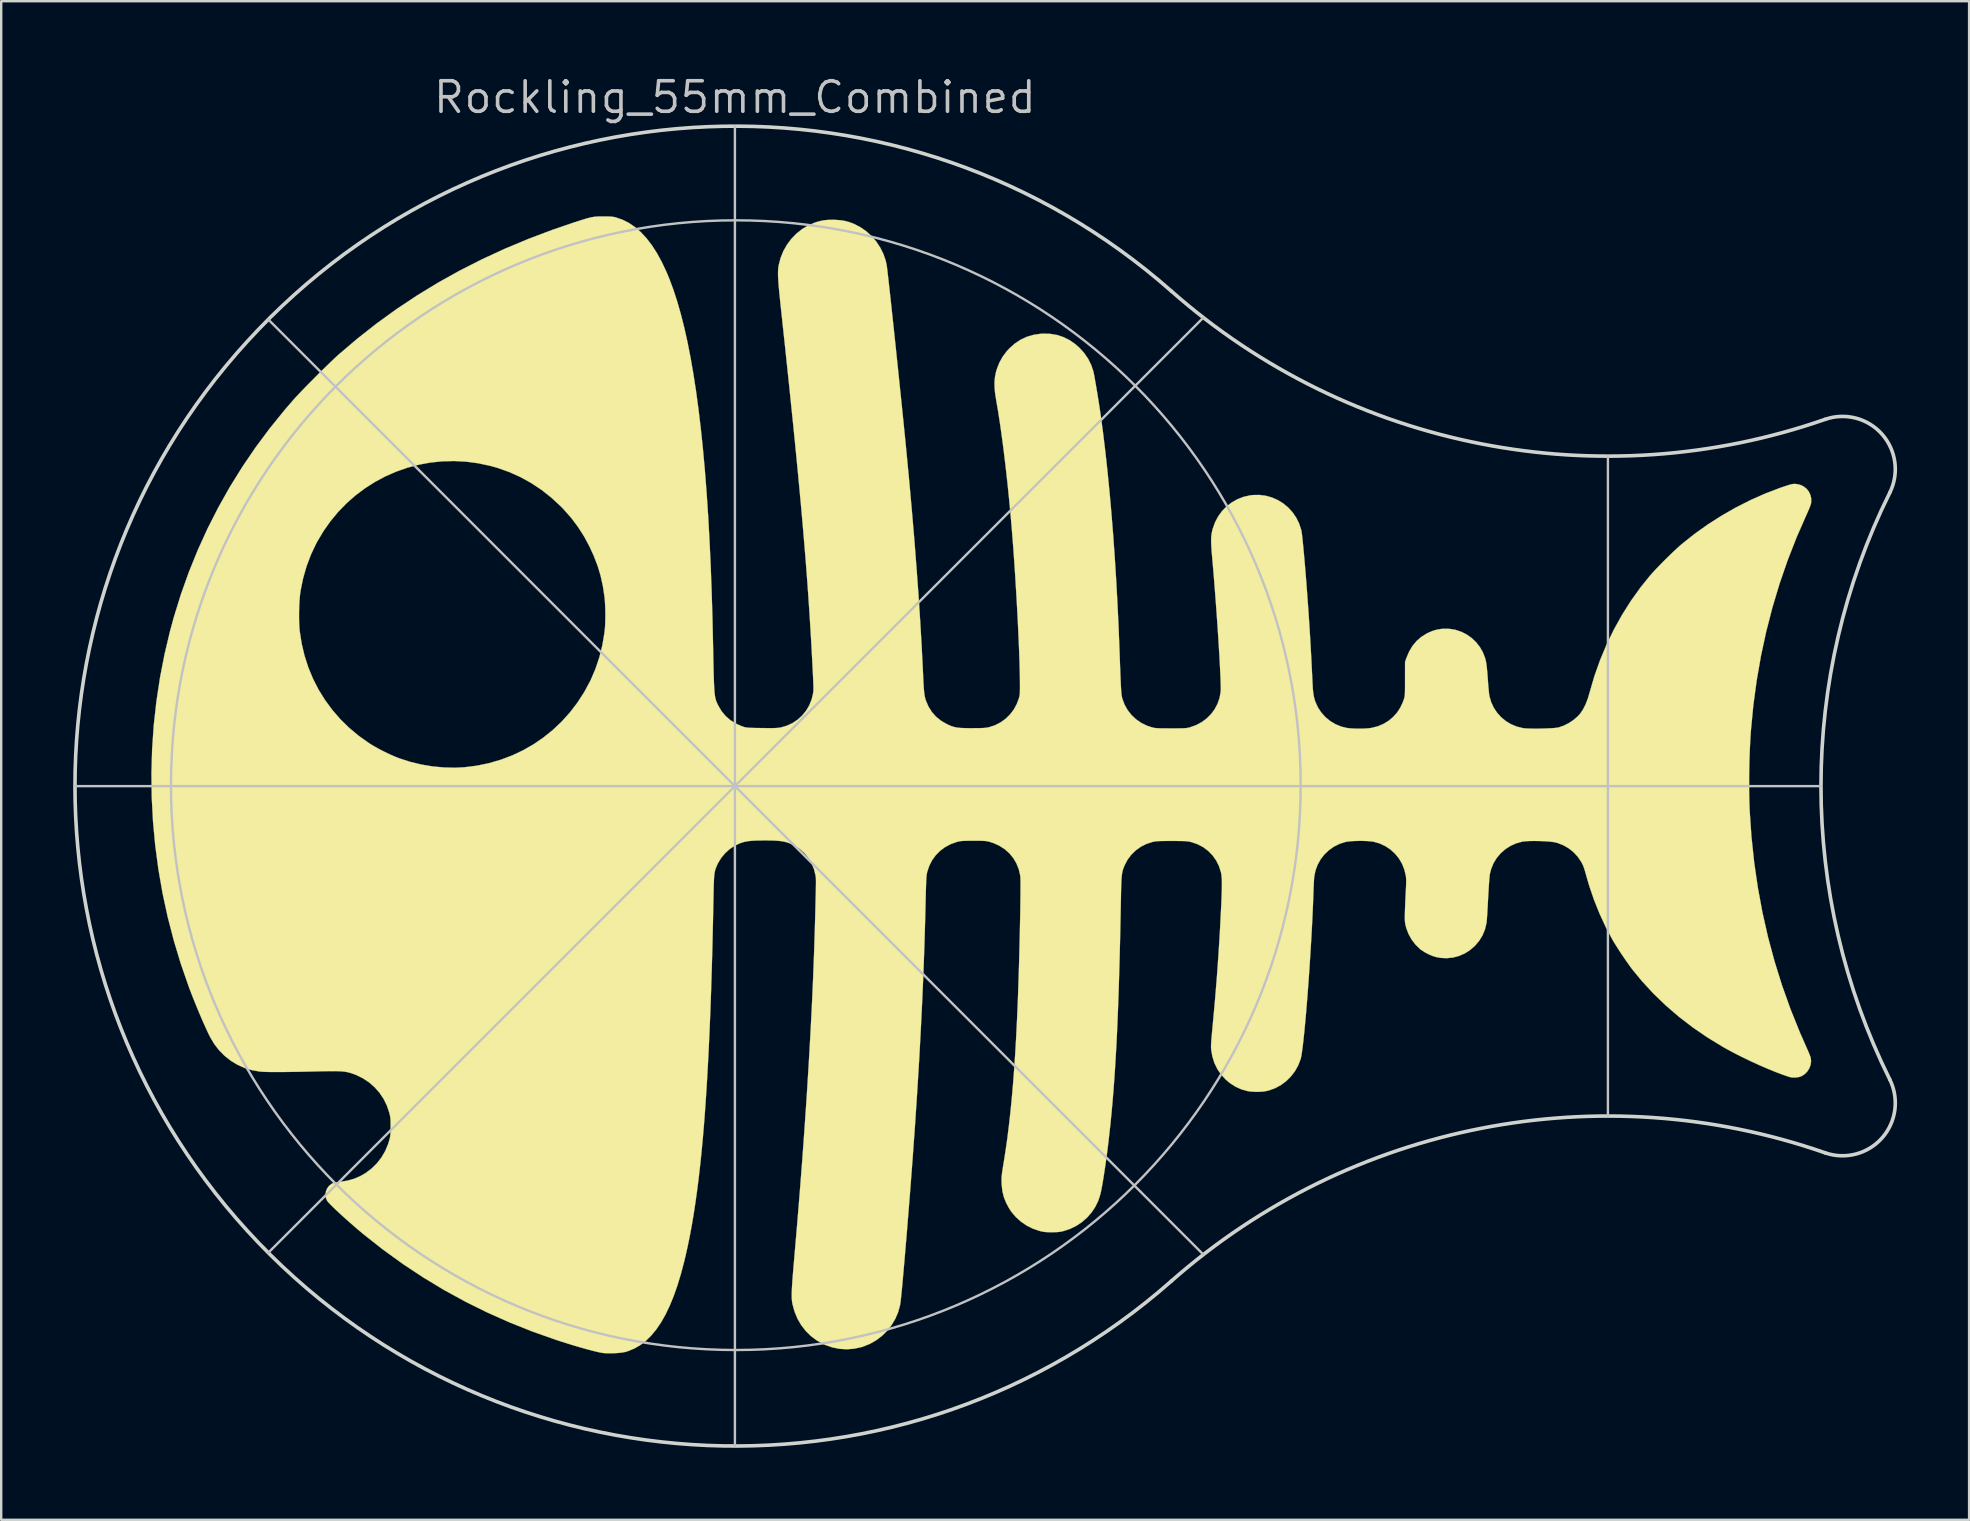
<source format=kicad_pcb>
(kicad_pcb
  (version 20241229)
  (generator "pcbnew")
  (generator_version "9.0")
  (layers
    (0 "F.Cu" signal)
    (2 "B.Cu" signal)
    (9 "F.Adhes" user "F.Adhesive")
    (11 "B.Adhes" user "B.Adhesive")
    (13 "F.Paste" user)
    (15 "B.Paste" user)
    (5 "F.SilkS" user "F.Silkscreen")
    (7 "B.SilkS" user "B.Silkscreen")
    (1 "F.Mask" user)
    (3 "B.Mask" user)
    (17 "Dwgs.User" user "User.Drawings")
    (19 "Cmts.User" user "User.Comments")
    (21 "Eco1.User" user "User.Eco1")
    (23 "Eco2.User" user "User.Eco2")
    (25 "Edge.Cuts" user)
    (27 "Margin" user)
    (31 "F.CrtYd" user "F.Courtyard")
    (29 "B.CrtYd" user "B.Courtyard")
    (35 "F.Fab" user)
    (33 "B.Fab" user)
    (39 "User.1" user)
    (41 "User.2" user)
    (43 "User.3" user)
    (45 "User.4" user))
  (footprint "Rockling_55mm_Combined"
    (layer "F.Cu")
    (at 27.573 29.706)
    (property "Reference" "Rockling_55mm_Combined" (at 0 -28.7 0) (layer "Dwgs.User") (effects (font (size 1.27 1.27) (thickness 0.15))))
    (attr through_hole)
    (fp_poly (pts (xy -5.335 -23.736) (xy -5.219 -23.733) (xy -5.128 -23.727) (xy -5.052 -23.717) (xy -4.984 -23.702) (xy -4.966 -23.698) (xy -4.687 -23.602) (xy -4.42 -23.468) (xy -4.164 -23.295) (xy -3.92 -23.084) (xy -3.686 -22.833) (xy -3.462 -22.542) (xy -3.249 -22.212) (xy -3.046 -21.84) (xy -2.852 -21.429) (xy -2.732 -21.141) (xy -2.565 -20.693) (xy -2.406 -20.205) (xy -2.255 -19.679) (xy -2.111 -19.114) (xy -1.976 -18.509) (xy -1.849 -17.865) (xy -1.73 -17.181) (xy -1.618 -16.458) (xy -1.515 -15.694) (xy -1.419 -14.891) (xy -1.331 -14.047) (xy -1.251 -13.163) (xy -1.179 -12.238) (xy -1.114 -11.272) (xy -1.058 -10.266) (xy -1.009 -9.218) (xy -0.968 -8.13) (xy -0.934 -7) (xy -0.913 -6.053) (xy -0.905 -5.688) (xy -0.899 -5.363) (xy -0.893 -5.074) (xy -0.887 -4.821) (xy -0.881 -4.598) (xy -0.875 -4.405) (xy -0.868 -4.238) (xy -0.861 -4.095) (xy -0.853 -3.973) (xy -0.844 -3.869) (xy -0.833 -3.781) (xy -0.821 -3.706) (xy -0.807 -3.641) (xy -0.791 -3.584) (xy -0.773 -3.532) (xy -0.753 -3.482) (xy -0.73 -3.432) (xy -0.704 -3.379) (xy -0.692 -3.354) (xy -0.555 -3.123) (xy -0.387 -2.92) (xy -0.189 -2.747) (xy 0.038 -2.604) (xy 0.293 -2.492) (xy 0.346 -2.473) (xy 0.392 -2.459) (xy 0.436 -2.448) (xy 0.484 -2.44) (xy 0.543 -2.433) (xy 0.617 -2.428) (xy 0.713 -2.424) (xy 0.836 -2.421) (xy 0.992 -2.419) (xy 1.124 -2.417) (xy 1.316 -2.415) (xy 1.471 -2.414) (xy 1.596 -2.415) (xy 1.695 -2.418) (xy 1.775 -2.423) (xy 1.841 -2.43) (xy 1.899 -2.439) (xy 1.917 -2.442) (xy 2.17 -2.516) (xy 2.404 -2.625) (xy 2.618 -2.768) (xy 2.807 -2.941) (xy 2.969 -3.14) (xy 3.1 -3.363) (xy 3.198 -3.606) (xy 3.257 -3.851) (xy 3.263 -3.888) (xy 3.268 -3.926) (xy 3.271 -3.968) (xy 3.273 -4.016) (xy 3.274 -4.075) (xy 3.274 -4.148) (xy 3.271 -4.238) (xy 3.267 -4.348) (xy 3.261 -4.483) (xy 3.254 -4.645) (xy 3.244 -4.838) (xy 3.232 -5.066) (xy 3.218 -5.331) (xy 3.213 -5.428) (xy 3.187 -5.919) (xy 3.158 -6.41) (xy 3.128 -6.903) (xy 3.096 -7.4) (xy 3.062 -7.903) (xy 3.026 -8.413) (xy 2.987 -8.933) (xy 2.946 -9.465) (xy 2.901 -10.01) (xy 2.854 -10.572) (xy 2.804 -11.15) (xy 2.75 -11.748) (xy 2.693 -12.368) (xy 2.632 -13.011) (xy 2.567 -13.68) (xy 2.499 -14.376) (xy 2.426 -15.101) (xy 2.348 -15.857) (xy 2.267 -16.647) (xy 2.18 -17.472) (xy 2.089 -18.334) (xy 1.992 -19.235) (xy 1.944 -19.684) (xy 1.91 -20) (xy 1.881 -20.277) (xy 1.857 -20.518) (xy 1.837 -20.728) (xy 1.821 -20.909) (xy 1.81 -21.064) (xy 1.802 -21.197) (xy 1.799 -21.312) (xy 1.799 -21.41) (xy 1.802 -21.497) (xy 1.808 -21.575) (xy 1.817 -21.647) (xy 1.828 -21.711) (xy 1.905 -22.007) (xy 2.019 -22.289) (xy 2.166 -22.551) (xy 2.344 -22.792) (xy 2.551 -23.008) (xy 2.782 -23.195) (xy 3.036 -23.351) (xy 3.309 -23.471) (xy 3.394 -23.5) (xy 3.568 -23.548) (xy 3.733 -23.579) (xy 3.906 -23.594) (xy 4.1 -23.597) (xy 4.182 -23.594) (xy 4.388 -23.58) (xy 4.568 -23.553) (xy 4.737 -23.51) (xy 4.912 -23.447) (xy 4.975 -23.421) (xy 5.236 -23.285) (xy 5.479 -23.115) (xy 5.699 -22.915) (xy 5.893 -22.689) (xy 6.057 -22.441) (xy 6.189 -22.176) (xy 6.285 -21.898) (xy 6.324 -21.722) (xy 6.332 -21.671) (xy 6.343 -21.581) (xy 6.359 -21.454) (xy 6.377 -21.292) (xy 6.399 -21.098) (xy 6.424 -20.875) (xy 6.452 -20.625) (xy 6.482 -20.35) (xy 6.514 -20.054) (xy 6.548 -19.738) (xy 6.584 -19.405) (xy 6.621 -19.058) (xy 6.659 -18.699) (xy 6.698 -18.331) (xy 6.737 -17.956) (xy 6.777 -17.576) (xy 6.817 -17.196) (xy 6.856 -16.815) (xy 6.895 -16.439) (xy 6.934 -16.068) (xy 6.971 -15.705) (xy 7.007 -15.354) (xy 7.041 -15.016) (xy 7.073 -14.694) (xy 7.104 -14.39) (xy 7.132 -14.108) (xy 7.15 -13.916) (xy 7.27 -12.659) (xy 7.379 -11.441) (xy 7.479 -10.26) (xy 7.568 -9.114) (xy 7.649 -8.001) (xy 7.72 -6.918) (xy 7.782 -5.864) (xy 7.834 -4.837) (xy 7.85 -4.497) (xy 7.86 -4.29) (xy 7.87 -4.12) (xy 7.881 -3.98) (xy 7.893 -3.865) (xy 7.908 -3.768) (xy 7.925 -3.684) (xy 7.946 -3.608) (xy 7.965 -3.552) (xy 8.072 -3.304) (xy 8.212 -3.084) (xy 8.384 -2.89) (xy 8.588 -2.724) (xy 8.825 -2.586) (xy 8.834 -2.582) (xy 8.936 -2.534) (xy 9.028 -2.496) (xy 9.117 -2.467) (xy 9.21 -2.445) (xy 9.313 -2.43) (xy 9.433 -2.42) (xy 9.578 -2.415) (xy 9.754 -2.412) (xy 9.886 -2.412) (xy 10.059 -2.413) (xy 10.196 -2.414) (xy 10.305 -2.417) (xy 10.392 -2.422) (xy 10.463 -2.429) (xy 10.526 -2.439) (xy 10.587 -2.452) (xy 10.598 -2.454) (xy 10.843 -2.535) (xy 11.072 -2.652) (xy 11.281 -2.802) (xy 11.465 -2.982) (xy 11.622 -3.188) (xy 11.747 -3.417) (xy 11.834 -3.651) (xy 11.849 -3.707) (xy 11.861 -3.758) (xy 11.869 -3.813) (xy 11.875 -3.877) (xy 11.878 -3.957) (xy 11.88 -4.06) (xy 11.88 -4.193) (xy 11.879 -4.338) (xy 11.876 -4.611) (xy 11.869 -4.921) (xy 11.858 -5.266) (xy 11.845 -5.64) (xy 11.829 -6.039) (xy 11.81 -6.459) (xy 11.789 -6.896) (xy 11.765 -7.345) (xy 11.74 -7.803) (xy 11.712 -8.266) (xy 11.684 -8.728) (xy 11.654 -9.186) (xy 11.623 -9.635) (xy 11.591 -10.071) (xy 11.558 -10.491) (xy 11.532 -10.815) (xy 11.481 -11.399) (xy 11.425 -11.98) (xy 11.367 -12.554) (xy 11.305 -13.116) (xy 11.241 -13.663) (xy 11.175 -14.189) (xy 11.108 -14.691) (xy 11.039 -15.165) (xy 10.971 -15.606) (xy 10.902 -16.01) (xy 10.887 -16.098) (xy 10.844 -16.374) (xy 10.822 -16.62) (xy 10.82 -16.844) (xy 10.84 -17.052) (xy 10.881 -17.253) (xy 10.912 -17.363) (xy 11.022 -17.645) (xy 11.166 -17.902) (xy 11.345 -18.138) (xy 11.447 -18.246) (xy 11.671 -18.444) (xy 11.911 -18.602) (xy 12.168 -18.721) (xy 12.443 -18.803) (xy 12.736 -18.846) (xy 12.845 -18.853) (xy 13.143 -18.844) (xy 13.425 -18.796) (xy 13.694 -18.708) (xy 13.949 -18.581) (xy 14.19 -18.413) (xy 14.354 -18.268) (xy 14.554 -18.048) (xy 14.719 -17.808) (xy 14.848 -17.551) (xy 14.938 -17.282) (xy 14.938 -17.282) (xy 14.954 -17.212) (xy 14.975 -17.106) (xy 15 -16.969) (xy 15.028 -16.808) (xy 15.059 -16.628) (xy 15.092 -16.434) (xy 15.125 -16.232) (xy 15.157 -16.029) (xy 15.189 -15.829) (xy 15.217 -15.639) (xy 15.243 -15.464) (xy 15.246 -15.44) (xy 15.346 -14.698) (xy 15.44 -13.918) (xy 15.529 -13.101) (xy 15.613 -12.251) (xy 15.691 -11.372) (xy 15.764 -10.465) (xy 15.83 -9.535) (xy 15.89 -8.584) (xy 15.943 -7.615) (xy 15.99 -6.632) (xy 16.029 -5.636) (xy 16.031 -5.587) (xy 16.042 -5.271) (xy 16.052 -4.994) (xy 16.061 -4.754) (xy 16.069 -4.547) (xy 16.077 -4.37) (xy 16.084 -4.221) (xy 16.09 -4.096) (xy 16.097 -3.993) (xy 16.103 -3.908) (xy 16.11 -3.839) (xy 16.117 -3.782) (xy 16.125 -3.735) (xy 16.133 -3.694) (xy 16.143 -3.657) (xy 16.147 -3.64) (xy 16.239 -3.393) (xy 16.367 -3.166) (xy 16.527 -2.961) (xy 16.717 -2.783) (xy 16.933 -2.633) (xy 17.171 -2.516) (xy 17.364 -2.451) (xy 17.416 -2.437) (xy 17.465 -2.427) (xy 17.518 -2.418) (xy 17.58 -2.412) (xy 17.657 -2.408) (xy 17.756 -2.406) (xy 17.881 -2.404) (xy 18.039 -2.404) (xy 18.169 -2.403) (xy 18.352 -2.404) (xy 18.499 -2.404) (xy 18.614 -2.406) (xy 18.705 -2.409) (xy 18.777 -2.413) (xy 18.835 -2.42) (xy 18.886 -2.429) (xy 18.935 -2.44) (xy 18.973 -2.45) (xy 19.225 -2.541) (xy 19.457 -2.665) (xy 19.664 -2.82) (xy 19.845 -3.001) (xy 19.996 -3.205) (xy 20.114 -3.43) (xy 20.198 -3.671) (xy 20.243 -3.925) (xy 20.246 -3.957) (xy 20.249 -4.035) (xy 20.248 -4.151) (xy 20.244 -4.305) (xy 20.238 -4.491) (xy 20.228 -4.708) (xy 20.216 -4.952) (xy 20.202 -5.22) (xy 20.186 -5.51) (xy 20.167 -5.819) (xy 20.147 -6.143) (xy 20.125 -6.48) (xy 20.101 -6.826) (xy 20.077 -7.179) (xy 20.051 -7.536) (xy 20.024 -7.894) (xy 19.997 -8.249) (xy 19.969 -8.6) (xy 19.941 -8.942) (xy 19.913 -9.273) (xy 19.894 -9.492) (xy 19.874 -9.719) (xy 19.86 -9.909) (xy 19.85 -10.069) (xy 19.846 -10.203) (xy 19.847 -10.318) (xy 19.854 -10.42) (xy 19.866 -10.513) (xy 19.884 -10.604) (xy 19.907 -10.698) (xy 19.915 -10.727) (xy 20.01 -10.992) (xy 20.14 -11.237) (xy 20.301 -11.458) (xy 20.49 -11.652) (xy 20.704 -11.818) (xy 20.94 -11.951) (xy 21.194 -12.05) (xy 21.464 -12.112) (xy 21.581 -12.127) (xy 21.857 -12.131) (xy 22.125 -12.097) (xy 22.383 -12.024) (xy 22.626 -11.917) (xy 22.851 -11.778) (xy 23.056 -11.609) (xy 23.236 -11.412) (xy 23.389 -11.191) (xy 23.511 -10.946) (xy 23.598 -10.682) (xy 23.607 -10.643) (xy 23.619 -10.579) (xy 23.633 -10.476) (xy 23.649 -10.337) (xy 23.667 -10.166) (xy 23.686 -9.966) (xy 23.707 -9.739) (xy 23.73 -9.49) (xy 23.753 -9.221) (xy 23.777 -8.935) (xy 23.801 -8.637) (xy 23.825 -8.328) (xy 23.849 -8.013) (xy 23.872 -7.694) (xy 23.895 -7.376) (xy 23.917 -7.06) (xy 23.937 -6.75) (xy 23.946 -6.603) (xy 23.971 -6.208) (xy 23.994 -5.806) (xy 24.017 -5.39) (xy 24.039 -4.952) (xy 24.062 -4.484) (xy 24.075 -4.222) (xy 24.087 -4.028) (xy 24.104 -3.866) (xy 24.128 -3.726) (xy 24.161 -3.598) (xy 24.192 -3.507) (xy 24.299 -3.273) (xy 24.44 -3.06) (xy 24.612 -2.87) (xy 24.81 -2.708) (xy 25.031 -2.576) (xy 25.269 -2.478) (xy 25.492 -2.423) (xy 25.621 -2.407) (xy 25.78 -2.396) (xy 25.955 -2.391) (xy 26.133 -2.392) (xy 26.303 -2.399) (xy 26.451 -2.412) (xy 26.526 -2.423) (xy 26.79 -2.489) (xy 27.034 -2.593) (xy 27.258 -2.732) (xy 27.436 -2.885) (xy 27.592 -3.059) (xy 27.719 -3.249) (xy 27.822 -3.463) (xy 27.876 -3.608) (xy 27.89 -3.649) (xy 27.9 -3.689) (xy 27.909 -3.731) (xy 27.915 -3.781) (xy 27.92 -3.844) (xy 27.923 -3.925) (xy 27.925 -4.029) (xy 27.926 -4.162) (xy 27.926 -4.329) (xy 27.926 -4.465) (xy 27.927 -5.174) (xy 27.986 -5.344) (xy 28.1 -5.609) (xy 28.24 -5.843) (xy 28.409 -6.045) (xy 28.605 -6.216) (xy 28.831 -6.357) (xy 28.879 -6.381) (xy 29.064 -6.461) (xy 29.24 -6.514) (xy 29.423 -6.546) (xy 29.528 -6.555) (xy 29.785 -6.551) (xy 30.035 -6.508) (xy 30.273 -6.428) (xy 30.497 -6.315) (xy 30.701 -6.171) (xy 30.884 -5.999) (xy 31.04 -5.801) (xy 31.167 -5.582) (xy 31.261 -5.342) (xy 31.303 -5.175) (xy 31.315 -5.1) (xy 31.329 -4.99) (xy 31.343 -4.855) (xy 31.357 -4.704) (xy 31.37 -4.545) (xy 31.377 -4.444) (xy 31.388 -4.287) (xy 31.4 -4.135) (xy 31.413 -3.995) (xy 31.425 -3.877) (xy 31.437 -3.787) (xy 31.444 -3.747) (xy 31.515 -3.499) (xy 31.622 -3.267) (xy 31.763 -3.056) (xy 31.933 -2.868) (xy 32.129 -2.706) (xy 32.347 -2.575) (xy 32.585 -2.477) (xy 32.837 -2.415) (xy 32.862 -2.412) (xy 32.952 -2.403) (xy 33.073 -2.396) (xy 33.217 -2.393) (xy 33.378 -2.392) (xy 33.547 -2.393) (xy 33.717 -2.397) (xy 33.881 -2.403) (xy 34.032 -2.41) (xy 34.163 -2.42) (xy 34.265 -2.431) (xy 34.329 -2.443) (xy 34.545 -2.519) (xy 34.758 -2.627) (xy 34.957 -2.761) (xy 35.131 -2.913) (xy 35.22 -3.011) (xy 35.342 -3.189) (xy 35.452 -3.406) (xy 35.55 -3.664) (xy 35.62 -3.904) (xy 35.816 -4.577) (xy 36.051 -5.238) (xy 36.321 -5.886) (xy 36.627 -6.516) (xy 36.966 -7.126) (xy 37.336 -7.713) (xy 37.736 -8.272) (xy 38.13 -8.762) (xy 38.236 -8.882) (xy 38.368 -9.024) (xy 38.518 -9.181) (xy 38.68 -9.346) (xy 38.847 -9.513) (xy 39.014 -9.675) (xy 39.172 -9.825) (xy 39.316 -9.958) (xy 39.44 -10.067) (xy 39.452 -10.077) (xy 39.977 -10.496) (xy 40.532 -10.893) (xy 41.111 -11.263) (xy 41.708 -11.605) (xy 42.319 -11.914) (xy 42.937 -12.189) (xy 43.557 -12.426) (xy 43.802 -12.508) (xy 43.918 -12.545) (xy 44.006 -12.57) (xy 44.074 -12.584) (xy 44.133 -12.59) (xy 44.194 -12.589) (xy 44.219 -12.588) (xy 44.383 -12.557) (xy 44.529 -12.49) (xy 44.653 -12.394) (xy 44.751 -12.273) (xy 44.819 -12.132) (xy 44.854 -11.976) (xy 44.851 -11.809) (xy 44.848 -11.793) (xy 44.833 -11.734) (xy 44.801 -11.644) (xy 44.756 -11.532) (xy 44.701 -11.404) (xy 44.66 -11.314) (xy 44.247 -10.373) (xy 43.872 -9.413) (xy 43.535 -8.437) (xy 43.237 -7.445) (xy 42.978 -6.439) (xy 42.758 -5.421) (xy 42.579 -4.39) (xy 42.439 -3.349) (xy 42.342 -2.338) (xy 42.316 -1.958) (xy 42.296 -1.551) (xy 42.28 -1.128) (xy 42.27 -0.696) (xy 42.265 -0.267) (xy 42.265 0.151) (xy 42.272 0.549) (xy 42.284 0.917) (xy 42.288 1.019) (xy 42.362 2.104) (xy 42.475 3.173) (xy 42.628 4.228) (xy 42.821 5.269) (xy 43.053 6.296) (xy 43.326 7.31) (xy 43.638 8.31) (xy 43.991 9.298) (xy 44.384 10.273) (xy 44.636 10.847) (xy 44.691 10.97) (xy 44.742 11.087) (xy 44.784 11.19) (xy 44.815 11.269) (xy 44.831 11.318) (xy 44.831 11.319) (xy 44.848 11.468) (xy 44.827 11.619) (xy 44.773 11.764) (xy 44.689 11.896) (xy 44.579 12.008) (xy 44.452 12.088) (xy 44.329 12.129) (xy 44.188 12.147) (xy 44.045 12.143) (xy 43.935 12.12) (xy 43.653 12.023) (xy 43.343 11.905) (xy 43.014 11.77) (xy 42.673 11.622) (xy 42.328 11.464) (xy 41.986 11.299) (xy 41.656 11.132) (xy 41.343 10.964) (xy 41.177 10.871) (xy 40.534 10.479) (xy 39.923 10.061) (xy 39.344 9.617) (xy 38.797 9.147) (xy 38.283 8.652) (xy 37.804 8.133) (xy 37.408 7.653) (xy 37.315 7.529) (xy 37.207 7.378) (xy 37.089 7.208) (xy 36.967 7.029) (xy 36.848 6.849) (xy 36.738 6.677) (xy 36.642 6.522) (xy 36.578 6.415) (xy 36.292 5.877) (xy 36.031 5.313) (xy 35.798 4.731) (xy 35.598 4.142) (xy 35.505 3.825) (xy 35.461 3.667) (xy 35.425 3.542) (xy 35.395 3.444) (xy 35.368 3.366) (xy 35.341 3.3) (xy 35.312 3.239) (xy 35.278 3.176) (xy 35.271 3.163) (xy 35.126 2.947) (xy 34.95 2.756) (xy 34.746 2.594) (xy 34.52 2.464) (xy 34.276 2.37) (xy 34.202 2.35) (xy 34.098 2.331) (xy 33.962 2.315) (xy 33.802 2.303) (xy 33.627 2.294) (xy 33.446 2.289) (xy 33.268 2.288) (xy 33.102 2.291) (xy 32.956 2.299) (xy 32.841 2.311) (xy 32.808 2.317) (xy 32.552 2.389) (xy 32.314 2.497) (xy 32.098 2.637) (xy 31.907 2.807) (xy 31.743 3.002) (xy 31.611 3.221) (xy 31.514 3.459) (xy 31.464 3.655) (xy 31.455 3.715) (xy 31.445 3.813) (xy 31.434 3.943) (xy 31.423 4.099) (xy 31.411 4.278) (xy 31.4 4.473) (xy 31.388 4.68) (xy 31.387 4.7) (xy 31.377 4.894) (xy 31.367 5.08) (xy 31.357 5.251) (xy 31.347 5.403) (xy 31.338 5.531) (xy 31.33 5.629) (xy 31.324 5.692) (xy 31.322 5.705) (xy 31.258 5.972) (xy 31.158 6.218) (xy 31.02 6.444) (xy 30.844 6.653) (xy 30.835 6.662) (xy 30.634 6.837) (xy 30.412 6.977) (xy 30.174 7.08) (xy 29.924 7.146) (xy 29.666 7.173) (xy 29.404 7.16) (xy 29.207 7.122) (xy 29.058 7.074) (xy 28.895 7.003) (xy 28.736 6.917) (xy 28.595 6.825) (xy 28.546 6.786) (xy 28.362 6.607) (xy 28.203 6.398) (xy 28.074 6.168) (xy 27.981 5.924) (xy 27.956 5.832) (xy 27.94 5.761) (xy 27.929 5.697) (xy 27.922 5.631) (xy 27.918 5.554) (xy 27.918 5.458) (xy 27.92 5.335) (xy 27.923 5.229) (xy 27.928 5.069) (xy 27.935 4.884) (xy 27.944 4.688) (xy 27.953 4.499) (xy 27.96 4.362) (xy 27.969 4.192) (xy 27.974 4.057) (xy 27.975 3.949) (xy 27.972 3.86) (xy 27.966 3.784) (xy 27.96 3.739) (xy 27.899 3.481) (xy 27.803 3.239) (xy 27.672 3.017) (xy 27.511 2.819) (xy 27.322 2.646) (xy 27.108 2.504) (xy 26.874 2.394) (xy 26.621 2.321) (xy 26.619 2.32) (xy 26.508 2.304) (xy 26.368 2.293) (xy 26.207 2.286) (xy 26.036 2.285) (xy 25.865 2.288) (xy 25.705 2.296) (xy 25.566 2.309) (xy 25.457 2.326) (xy 25.445 2.329) (xy 25.193 2.41) (xy 24.961 2.526) (xy 24.752 2.674) (xy 24.567 2.85) (xy 24.411 3.051) (xy 24.287 3.273) (xy 24.197 3.513) (xy 24.145 3.768) (xy 24.139 3.822) (xy 24.135 3.876) (xy 24.13 3.966) (xy 24.125 4.084) (xy 24.118 4.225) (xy 24.112 4.38) (xy 24.106 4.544) (xy 24.105 4.562) (xy 24.092 4.915) (xy 24.076 5.281) (xy 24.058 5.658) (xy 24.038 6.044) (xy 24.016 6.436) (xy 23.992 6.831) (xy 23.967 7.226) (xy 23.942 7.619) (xy 23.915 8.008) (xy 23.887 8.388) (xy 23.859 8.759) (xy 23.83 9.116) (xy 23.802 9.458) (xy 23.773 9.781) (xy 23.745 10.083) (xy 23.717 10.362) (xy 23.69 10.614) (xy 23.664 10.837) (xy 23.639 11.028) (xy 23.616 11.185) (xy 23.594 11.305) (xy 23.576 11.378) (xy 23.474 11.641) (xy 23.338 11.884) (xy 23.17 12.103) (xy 22.976 12.295) (xy 22.757 12.458) (xy 22.517 12.588) (xy 22.259 12.682) (xy 22.138 12.711) (xy 22.005 12.731) (xy 21.846 12.741) (xy 21.677 12.741) (xy 21.514 12.732) (xy 21.372 12.713) (xy 21.359 12.71) (xy 21.102 12.637) (xy 20.856 12.524) (xy 20.625 12.375) (xy 20.462 12.238) (xy 20.266 12.027) (xy 20.106 11.794) (xy 19.983 11.54) (xy 19.897 11.265) (xy 19.851 11.002) (xy 19.846 10.951) (xy 19.843 10.896) (xy 19.843 10.834) (xy 19.845 10.759) (xy 19.85 10.668) (xy 19.858 10.555) (xy 19.87 10.415) (xy 19.886 10.245) (xy 19.905 10.039) (xy 19.914 9.944) (xy 20.007 8.931) (xy 20.088 7.937) (xy 20.158 6.946) (xy 20.218 5.945) (xy 20.27 4.918) (xy 20.275 4.806) (xy 20.285 4.552) (xy 20.292 4.336) (xy 20.295 4.153) (xy 20.295 4) (xy 20.291 3.871) (xy 20.283 3.763) (xy 20.271 3.672) (xy 20.256 3.592) (xy 20.254 3.586) (xy 20.172 3.332) (xy 20.055 3.098) (xy 19.905 2.887) (xy 19.725 2.703) (xy 19.518 2.548) (xy 19.287 2.426) (xy 19.035 2.338) (xy 18.997 2.329) (xy 18.941 2.316) (xy 18.885 2.307) (xy 18.821 2.3) (xy 18.744 2.294) (xy 18.649 2.291) (xy 18.528 2.289) (xy 18.377 2.288) (xy 18.2 2.287) (xy 18.015 2.288) (xy 17.865 2.289) (xy 17.746 2.291) (xy 17.652 2.295) (xy 17.576 2.3) (xy 17.513 2.307) (xy 17.456 2.317) (xy 17.404 2.329) (xy 17.153 2.41) (xy 16.919 2.527) (xy 16.708 2.678) (xy 16.523 2.858) (xy 16.367 3.064) (xy 16.244 3.295) (xy 16.232 3.324) (xy 16.205 3.39) (xy 16.183 3.451) (xy 16.164 3.512) (xy 16.148 3.577) (xy 16.135 3.649) (xy 16.124 3.733) (xy 16.115 3.833) (xy 16.108 3.952) (xy 16.101 4.095) (xy 16.096 4.266) (xy 16.091 4.469) (xy 16.087 4.708) (xy 16.084 4.866) (xy 16.068 5.66) (xy 16.052 6.413) (xy 16.034 7.129) (xy 16.015 7.81) (xy 15.996 8.457) (xy 15.974 9.072) (xy 15.951 9.659) (xy 15.927 10.219) (xy 15.901 10.755) (xy 15.872 11.268) (xy 15.842 11.761) (xy 15.81 12.237) (xy 15.776 12.697) (xy 15.739 13.143) (xy 15.7 13.578) (xy 15.658 14.005) (xy 15.613 14.424) (xy 15.566 14.84) (xy 15.564 14.86) (xy 15.533 15.111) (xy 15.499 15.37) (xy 15.464 15.629) (xy 15.427 15.884) (xy 15.39 16.129) (xy 15.354 16.359) (xy 15.319 16.568) (xy 15.286 16.751) (xy 15.256 16.901) (xy 15.235 16.998) (xy 15.146 17.274) (xy 15.021 17.534) (xy 14.862 17.772) (xy 14.673 17.988) (xy 14.456 18.176) (xy 14.215 18.334) (xy 13.952 18.46) (xy 13.718 18.537) (xy 13.625 18.56) (xy 13.543 18.576) (xy 13.458 18.585) (xy 13.358 18.59) (xy 13.231 18.592) (xy 13.205 18.592) (xy 13.073 18.591) (xy 12.97 18.586) (xy 12.883 18.578) (xy 12.802 18.563) (xy 12.711 18.542) (xy 12.687 18.535) (xy 12.414 18.442) (xy 12.156 18.312) (xy 11.919 18.15) (xy 11.706 17.958) (xy 11.522 17.74) (xy 11.417 17.579) (xy 11.294 17.346) (xy 11.206 17.118) (xy 11.149 16.884) (xy 11.12 16.631) (xy 11.115 16.543) (xy 11.113 16.457) (xy 11.113 16.381) (xy 11.115 16.307) (xy 11.122 16.228) (xy 11.132 16.138) (xy 11.148 16.028) (xy 11.169 15.893) (xy 11.196 15.724) (xy 11.203 15.686) (xy 11.279 15.202) (xy 11.351 14.698) (xy 11.417 14.172) (xy 11.479 13.623) (xy 11.536 13.049) (xy 11.589 12.447) (xy 11.637 11.817) (xy 11.682 11.155) (xy 11.722 10.461) (xy 11.758 9.732) (xy 11.791 8.967) (xy 11.819 8.164) (xy 11.845 7.321) (xy 11.85 7.124) (xy 11.861 6.675) (xy 11.872 6.253) (xy 11.88 5.858) (xy 11.888 5.492) (xy 11.894 5.156) (xy 11.898 4.852) (xy 11.902 4.58) (xy 11.903 4.343) (xy 11.904 4.142) (xy 11.903 3.979) (xy 11.9 3.853) (xy 11.896 3.768) (xy 11.893 3.735) (xy 11.832 3.471) (xy 11.735 3.226) (xy 11.604 3.003) (xy 11.44 2.804) (xy 11.246 2.631) (xy 11.024 2.488) (xy 10.776 2.375) (xy 10.591 2.317) (xy 10.536 2.304) (xy 10.477 2.294) (xy 10.408 2.287) (xy 10.321 2.282) (xy 10.211 2.28) (xy 10.07 2.279) (xy 9.935 2.279) (xy 9.77 2.279) (xy 9.641 2.281) (xy 9.54 2.284) (xy 9.461 2.289) (xy 9.396 2.296) (xy 9.339 2.306) (xy 9.282 2.319) (xy 9.258 2.326) (xy 8.998 2.418) (xy 8.761 2.544) (xy 8.55 2.7) (xy 8.368 2.886) (xy 8.216 3.097) (xy 8.097 3.332) (xy 8.02 3.566) (xy 8.011 3.599) (xy 8.004 3.631) (xy 7.997 3.663) (xy 7.992 3.701) (xy 7.986 3.745) (xy 7.982 3.8) (xy 7.977 3.868) (xy 7.973 3.954) (xy 7.969 4.058) (xy 7.965 4.186) (xy 7.96 4.339) (xy 7.955 4.521) (xy 7.95 4.735) (xy 7.944 4.983) (xy 7.937 5.27) (xy 7.934 5.399) (xy 7.902 6.528) (xy 7.861 7.696) (xy 7.809 8.903) (xy 7.748 10.15) (xy 7.678 11.437) (xy 7.597 12.763) (xy 7.507 14.13) (xy 7.406 15.537) (xy 7.296 16.985) (xy 7.176 18.474) (xy 7.161 18.659) (xy 7.123 19.111) (xy 7.088 19.522) (xy 7.056 19.893) (xy 7.027 20.225) (xy 7.001 20.519) (xy 6.978 20.777) (xy 6.957 20.999) (xy 6.938 21.187) (xy 6.922 21.342) (xy 6.908 21.465) (xy 6.896 21.557) (xy 6.887 21.62) (xy 6.884 21.632) (xy 6.803 21.926) (xy 6.684 22.204) (xy 6.53 22.462) (xy 6.346 22.699) (xy 6.133 22.909) (xy 5.895 23.091) (xy 5.634 23.241) (xy 5.353 23.356) (xy 5.274 23.38) (xy 4.973 23.446) (xy 4.67 23.47) (xy 4.369 23.453) (xy 4.07 23.394) (xy 3.779 23.294) (xy 3.683 23.252) (xy 3.412 23.101) (xy 3.167 22.918) (xy 2.951 22.705) (xy 2.765 22.465) (xy 2.611 22.199) (xy 2.49 21.91) (xy 2.404 21.6) (xy 2.4 21.582) (xy 2.388 21.514) (xy 2.379 21.442) (xy 2.373 21.36) (xy 2.369 21.267) (xy 2.37 21.159) (xy 2.373 21.032) (xy 2.38 20.883) (xy 2.391 20.708) (xy 2.406 20.505) (xy 2.424 20.27) (xy 2.447 19.999) (xy 2.472 19.707) (xy 2.593 18.293) (xy 2.706 16.908) (xy 2.811 15.552) (xy 2.906 14.227) (xy 2.994 12.934) (xy 3.072 11.675) (xy 3.142 10.451) (xy 3.204 9.262) (xy 3.256 8.111) (xy 3.299 6.998) (xy 3.334 5.926) (xy 3.34 5.684) (xy 3.349 5.367) (xy 3.356 5.089) (xy 3.362 4.848) (xy 3.367 4.64) (xy 3.372 4.463) (xy 3.375 4.314) (xy 3.377 4.19) (xy 3.379 4.089) (xy 3.379 4.006) (xy 3.379 3.94) (xy 3.378 3.887) (xy 3.376 3.844) (xy 3.373 3.81) (xy 3.37 3.78) (xy 3.366 3.752) (xy 3.364 3.737) (xy 3.302 3.477) (xy 3.204 3.233) (xy 3.073 3.008) (xy 2.912 2.808) (xy 2.723 2.634) (xy 2.509 2.491) (xy 2.301 2.393) (xy 2.196 2.355) (xy 2.091 2.326) (xy 1.98 2.303) (xy 1.856 2.287) (xy 1.713 2.275) (xy 1.544 2.269) (xy 1.341 2.266) (xy 1.246 2.266) (xy 1.029 2.267) (xy 0.848 2.272) (xy 0.696 2.281) (xy 0.565 2.295) (xy 0.451 2.314) (xy 0.345 2.34) (xy 0.241 2.374) (xy 0.208 2.385) (xy -0.012 2.489) (xy -0.219 2.628) (xy -0.406 2.798) (xy -0.569 2.994) (xy -0.701 3.209) (xy -0.752 3.319) (xy -0.779 3.384) (xy -0.802 3.444) (xy -0.82 3.504) (xy -0.836 3.567) (xy -0.849 3.639) (xy -0.859 3.723) (xy -0.867 3.823) (xy -0.873 3.945) (xy -0.879 4.092) (xy -0.884 4.269) (xy -0.888 4.481) (xy -0.893 4.689) (xy -0.914 5.717) (xy -0.937 6.704) (xy -0.963 7.651) (xy -0.992 8.559) (xy -1.023 9.43) (xy -1.058 10.264) (xy -1.095 11.062) (xy -1.135 11.827) (xy -1.178 12.558) (xy -1.224 13.258) (xy -1.273 13.927) (xy -1.326 14.566) (xy -1.382 15.177) (xy -1.442 15.761) (xy -1.506 16.319) (xy -1.573 16.852) (xy -1.644 17.361) (xy -1.718 17.847) (xy -1.797 18.312) (xy -1.88 18.757) (xy -1.967 19.183) (xy -2.059 19.591) (xy -2.109 19.802) (xy -2.248 20.329) (xy -2.396 20.816) (xy -2.553 21.261) (xy -2.72 21.667) (xy -2.896 22.034) (xy -3.083 22.361) (xy -3.281 22.651) (xy -3.489 22.902) (xy -3.709 23.117) (xy -3.94 23.295) (xy -4.184 23.437) (xy -4.44 23.543) (xy -4.564 23.581) (xy -4.666 23.601) (xy -4.799 23.618) (xy -4.951 23.63) (xy -5.11 23.636) (xy -5.265 23.638) (xy -5.405 23.633) (xy -5.517 23.622) (xy -5.517 23.622) (xy -5.643 23.599) (xy -5.804 23.562) (xy -5.996 23.514) (xy -6.214 23.455) (xy -6.454 23.387) (xy -6.71 23.312) (xy -6.979 23.229) (xy -7.255 23.142) (xy -7.443 23.081) (xy -8.419 22.737) (xy -9.375 22.357) (xy -10.31 21.941) (xy -11.223 21.489) (xy -12.114 21.002) (xy -12.982 20.479) (xy -13.826 19.921) (xy -14.646 19.329) (xy -15.442 18.703) (xy -15.518 18.64) (xy -15.69 18.496) (xy -15.865 18.346) (xy -16.039 18.194) (xy -16.209 18.044) (xy -16.371 17.898) (xy -16.521 17.759) (xy -16.657 17.631) (xy -16.775 17.517) (xy -16.871 17.42) (xy -16.943 17.343) (xy -16.986 17.289) (xy -16.992 17.281) (xy -17.044 17.154) (xy -17.059 17.02) (xy -17.039 16.887) (xy -16.988 16.763) (xy -16.908 16.656) (xy -16.8 16.574) (xy -16.758 16.552) (xy -16.7 16.534) (xy -16.613 16.516) (xy -16.512 16.499) (xy -16.445 16.491) (xy -16.144 16.443) (xy -15.867 16.365) (xy -15.608 16.254) (xy -15.387 16.126) (xy -15.137 15.938) (xy -14.916 15.72) (xy -14.727 15.476) (xy -14.57 15.207) (xy -14.448 14.915) (xy -14.381 14.686) (xy -14.365 14.609) (xy -14.354 14.524) (xy -14.348 14.42) (xy -14.345 14.29) (xy -14.345 14.172) (xy -14.346 14.032) (xy -14.35 13.923) (xy -14.356 13.837) (xy -14.366 13.761) (xy -14.382 13.686) (xy -14.402 13.607) (xy -14.503 13.31) (xy -14.639 13.033) (xy -14.81 12.779) (xy -15.012 12.55) (xy -15.242 12.349) (xy -15.499 12.178) (xy -15.78 12.04) (xy -15.937 11.982) (xy -16.014 11.957) (xy -16.088 11.936) (xy -16.161 11.919) (xy -16.24 11.905) (xy -16.326 11.894) (xy -16.426 11.887) (xy -16.542 11.882) (xy -16.68 11.88) (xy -16.842 11.88) (xy -17.034 11.882) (xy -17.259 11.886) (xy -17.522 11.892) (xy -17.565 11.893) (xy -17.971 11.903) (xy -18.335 11.909) (xy -18.659 11.914) (xy -18.944 11.917) (xy -19.19 11.917) (xy -19.398 11.915) (xy -19.57 11.911) (xy -19.706 11.904) (xy -19.804 11.896) (xy -20.13 11.838) (xy -20.442 11.742) (xy -20.738 11.608) (xy -21.014 11.44) (xy -21.268 11.238) (xy -21.497 11.006) (xy -21.697 10.745) (xy -21.864 10.464) (xy -21.949 10.292) (xy -22.044 10.087) (xy -22.148 9.856) (xy -22.258 9.604) (xy -22.37 9.34) (xy -22.481 9.068) (xy -22.59 8.797) (xy -22.692 8.532) (xy -22.753 8.371) (xy -23.087 7.41) (xy -23.38 6.439) (xy -23.634 5.458) (xy -23.848 4.471) (xy -24.021 3.477) (xy -24.154 2.478) (xy -24.247 1.477) (xy -24.3 0.474) (xy -24.312 -0.529) (xy -24.284 -1.531) (xy -24.216 -2.53) (xy -24.106 -3.525) (xy -23.956 -4.514) (xy -23.766 -5.495) (xy -23.535 -6.468) (xy -23.386 -7.011) (xy -18.161 -7.011) (xy -18.156 -6.784) (xy -18.145 -6.581) (xy -18.133 -6.455) (xy -18.052 -5.935) (xy -17.932 -5.43) (xy -17.774 -4.941) (xy -17.578 -4.468) (xy -17.346 -4.015) (xy -17.078 -3.583) (xy -16.776 -3.173) (xy -16.442 -2.787) (xy -16.074 -2.427) (xy -15.676 -2.094) (xy -15.248 -1.79) (xy -15.206 -1.763) (xy -15.026 -1.655) (xy -14.82 -1.54) (xy -14.598 -1.426) (xy -14.374 -1.319) (xy -14.16 -1.225) (xy -13.983 -1.155) (xy -13.536 -1.01) (xy -13.071 -0.898) (xy -12.596 -0.818) (xy -12.119 -0.774) (xy -11.648 -0.764) (xy -11.274 -0.783) (xy -10.754 -0.848) (xy -10.248 -0.953) (xy -9.756 -1.096) (xy -9.28 -1.276) (xy -8.823 -1.492) (xy -8.385 -1.743) (xy -7.97 -2.028) (xy -7.578 -2.345) (xy -7.211 -2.693) (xy -6.871 -3.071) (xy -6.56 -3.477) (xy -6.28 -3.911) (xy -6.031 -4.372) (xy -6.006 -4.424) (xy -5.811 -4.88) (xy -5.65 -5.357) (xy -5.526 -5.851) (xy -5.44 -6.358) (xy -5.42 -6.518) (xy -5.408 -6.669) (xy -5.401 -6.851) (xy -5.398 -7.053) (xy -5.398 -7.262) (xy -5.404 -7.469) (xy -5.413 -7.661) (xy -5.426 -7.827) (xy -5.431 -7.871) (xy -5.498 -8.324) (xy -5.593 -8.754) (xy -5.718 -9.172) (xy -5.877 -9.587) (xy -6.056 -9.979) (xy -6.284 -10.404) (xy -6.537 -10.8) (xy -6.819 -11.174) (xy -7.136 -11.533) (xy -7.262 -11.663) (xy -7.649 -12.021) (xy -8.057 -12.343) (xy -8.486 -12.628) (xy -8.935 -12.876) (xy -9.403 -13.086) (xy -9.889 -13.258) (xy -10.195 -13.344) (xy -10.698 -13.452) (xy -11.202 -13.519) (xy -11.704 -13.545) (xy -12.203 -13.532) (xy -12.695 -13.48) (xy -13.18 -13.39) (xy -13.655 -13.264) (xy -14.118 -13.101) (xy -14.567 -12.904) (xy -15 -12.673) (xy -15.414 -12.408) (xy -15.809 -12.112) (xy -16.182 -11.784) (xy -16.53 -11.425) (xy -16.852 -11.037) (xy -17.145 -10.621) (xy -17.409 -10.177) (xy -17.447 -10.106) (xy -17.666 -9.643) (xy -17.848 -9.161) (xy -17.991 -8.662) (xy -18.096 -8.15) (xy -18.104 -8.1) (xy -18.126 -7.924) (xy -18.143 -7.716) (xy -18.154 -7.487) (xy -18.161 -7.248) (xy -18.161 -7.011) (xy -23.386 -7.011) (xy -23.381 -7.029) (xy -23.087 -7.981) (xy -22.754 -8.915) (xy -22.383 -9.831) (xy -21.974 -10.729) (xy -21.527 -11.607) (xy -21.043 -12.467) (xy -20.521 -13.307) (xy -19.963 -14.126) (xy -19.367 -14.925) (xy -18.735 -15.703) (xy -18.367 -16.128) (xy -18.27 -16.234) (xy -18.147 -16.364) (xy -18.004 -16.514) (xy -17.844 -16.678) (xy -17.673 -16.852) (xy -17.495 -17.031) (xy -17.315 -17.211) (xy -17.138 -17.385) (xy -16.969 -17.55) (xy -16.812 -17.701) (xy -16.673 -17.833) (xy -16.556 -17.941) (xy -16.513 -17.98) (xy -15.733 -18.643) (xy -14.931 -19.274) (xy -14.105 -19.871) (xy -13.256 -20.436) (xy -12.381 -20.97) (xy -11.48 -21.472) (xy -10.551 -21.944) (xy -9.595 -22.386) (xy -8.61 -22.798) (xy -7.595 -23.181) (xy -6.744 -23.472) (xy -6.541 -23.538) (xy -6.372 -23.592) (xy -6.231 -23.636) (xy -6.113 -23.669) (xy -6.012 -23.694) (xy -5.921 -23.712) (xy -5.836 -23.724) (xy -5.75 -23.731) (xy -5.657 -23.735) (xy -5.551 -23.736) (xy -5.485 -23.737) (xy -5.335 -23.736)) (stroke (width 0.01) (type solid)) (fill yes) (layer "F.SilkS"))
    (fp_line (start 0.002 -27.498) (end 0.002 27.502) (stroke (width 0.1) (type solid)) (layer "Dwgs.User"))
    (fp_line (start 19.524 -19.521) (end -19.444 19.447) (stroke (width 0.1) (type solid)) (layer "Dwgs.User"))
    (fp_line (start 19.524 19.524) (end -19.444 -19.444) (stroke (width 0.1) (type solid)) (layer "Dwgs.User"))
    (fp_line (start 36.381 -13.748) (end 36.381 13.752) (stroke (width 0.1) (type solid)) (layer "Dwgs.User"))
    (fp_line (start 45.26 0.002) (end -27.498 0.002) (stroke (width 0.1) (type solid)) (layer "Dwgs.User"))
    (fp_circle (center 0.04 -0.037) (end 23.578 -0.037) (stroke (width 0.1) (type solid)) (fill no) (layer "Dwgs.User"))
    (fp_arc (start 18.191146 20.626607) (mid 31.088309 14.265671) (end 45.432685 15.284101) (stroke (width 0.15) (type solid)) (layer "Edge.Cuts"))
    (fp_arc (start 18.191148 20.626607) (mid -27.498391 0.001609) (end 18.191147 -20.623392) (stroke (width 0.15) (type solid)) (layer "Edge.Cuts"))
    (fp_arc (start 45.432685 -15.280887) (mid 31.08831 -14.262456) (end 18.191147 -20.623392) (stroke (width 0.15) (type solid)) (layer "Edge.Cuts"))
    (fp_arc (start 45.432685 -15.280887) (mid 47.806845 -14.65865) (end 48.127432 -12.225332) (stroke (width 0.15) (type solid)) (layer "Edge.Cuts"))
    (fp_arc (start 48.127432 12.228546) (mid 47.806845 14.661864) (end 45.432685 15.284101) (stroke (width 0.15) (type solid)) (layer "Edge.Cuts"))
    (fp_arc (start 48.127432 12.228547) (mid 45.259768 0.001608) (end 48.127432 -12.225332) (stroke (width 0.15) (type solid)) (layer "Edge.Cuts")))
  (gr_rect
    (start -3 -3)
    (end 79.005 60.283)
    (stroke (width 0.1) (type default))
    (fill no)
    (layer "Edge.Cuts")))
</source>
